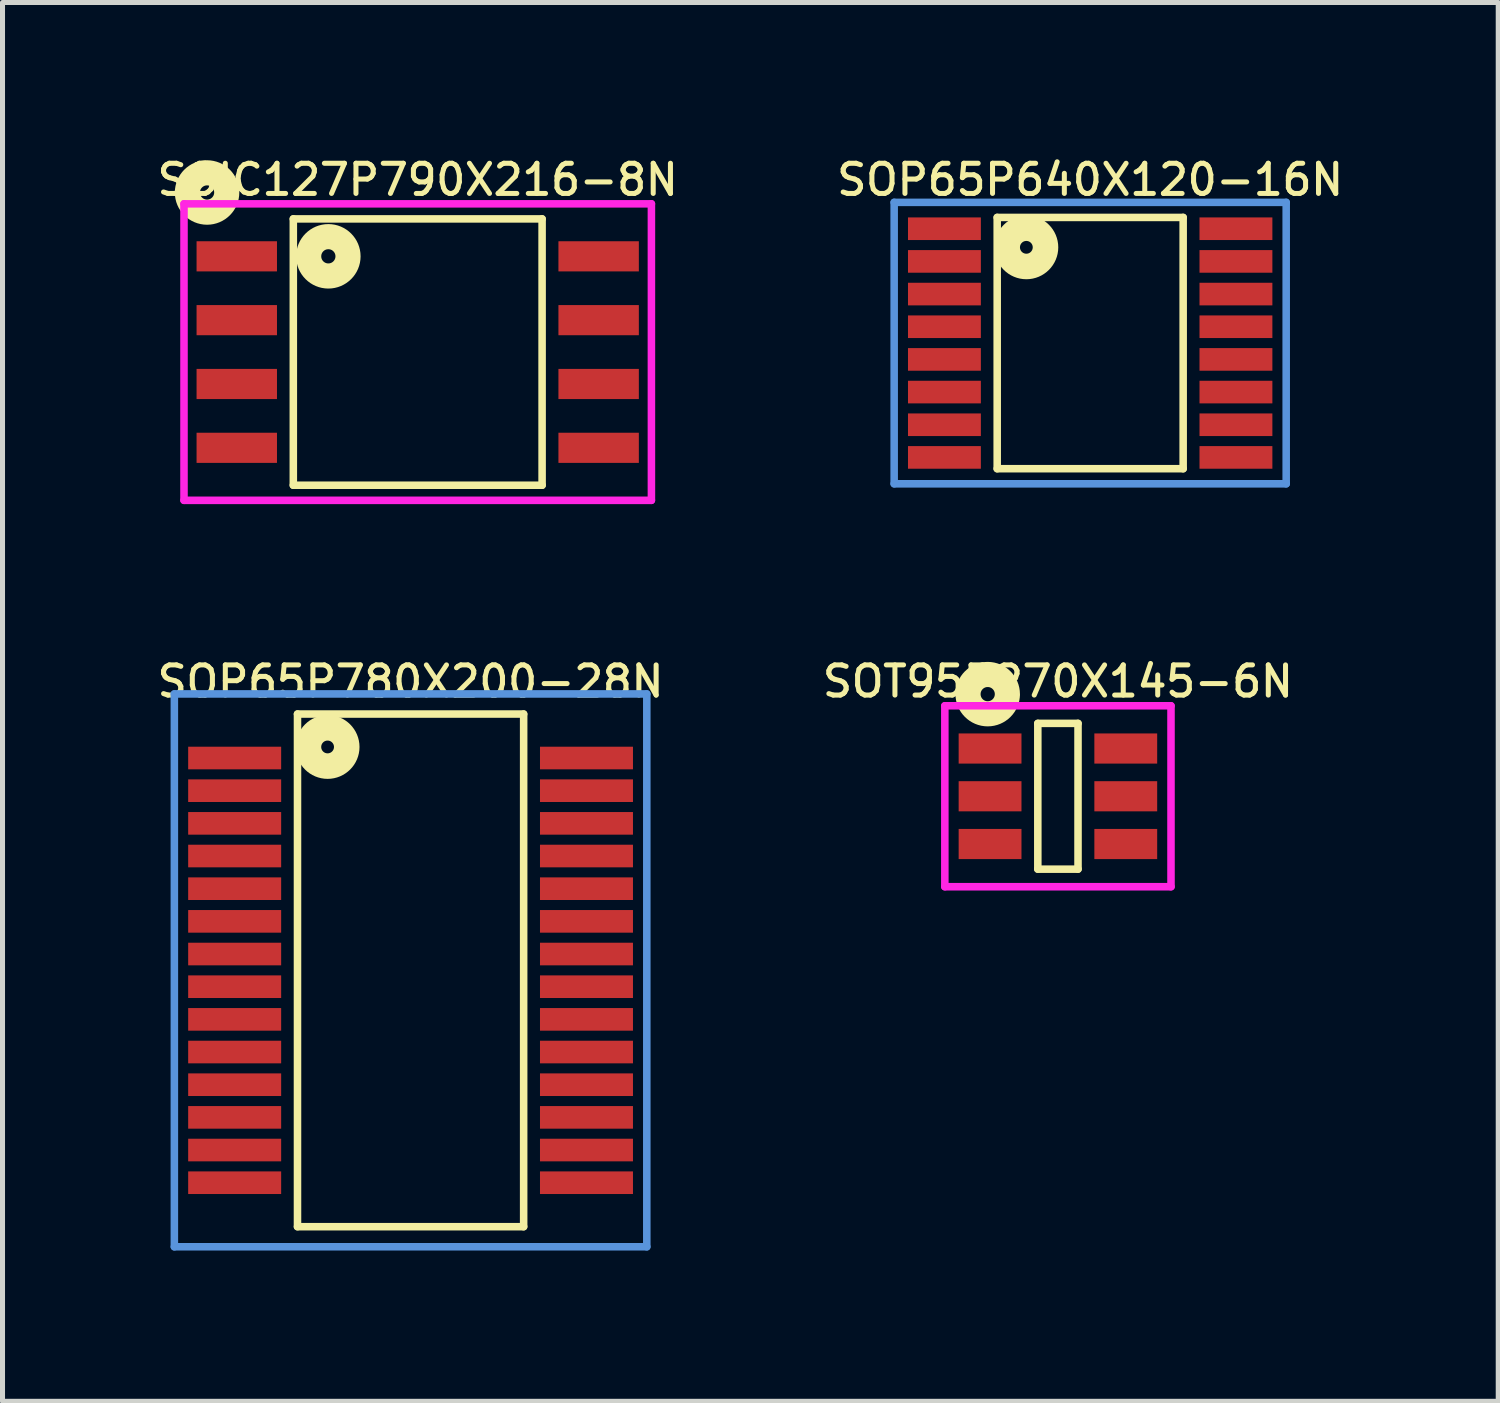
<source format=kicad_pcb>
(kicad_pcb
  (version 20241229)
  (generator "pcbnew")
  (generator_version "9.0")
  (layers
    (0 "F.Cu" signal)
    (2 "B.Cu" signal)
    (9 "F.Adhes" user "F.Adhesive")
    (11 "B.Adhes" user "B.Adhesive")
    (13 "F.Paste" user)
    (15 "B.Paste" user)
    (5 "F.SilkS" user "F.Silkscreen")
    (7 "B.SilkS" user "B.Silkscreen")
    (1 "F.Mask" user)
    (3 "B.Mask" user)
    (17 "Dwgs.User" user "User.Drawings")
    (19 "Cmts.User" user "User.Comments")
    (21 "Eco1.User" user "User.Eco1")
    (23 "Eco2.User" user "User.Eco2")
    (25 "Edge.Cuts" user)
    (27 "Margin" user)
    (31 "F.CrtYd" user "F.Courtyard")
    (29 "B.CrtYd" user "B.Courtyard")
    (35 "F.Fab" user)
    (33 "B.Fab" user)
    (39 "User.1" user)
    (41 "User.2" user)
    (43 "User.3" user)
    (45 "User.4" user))
  (footprint "SOP65P780X200-28N"
    (layer "F.Cu")
    (at 5.119 16.257)
    (property "Reference" "SOP65P780X200-28N" (at 0 -5.75 0) (layer "F.SilkS") (effects (font (size 0.6 0.6) (thickness 0.1))))
    (attr through_hole)
    (fp_line (start -2.25 -5.1) (end 2.25 -5.1) (stroke (width 0.15) (type solid)) (layer "F.SilkS"))
    (fp_line (start -2.25 5.1) (end -2.25 -5.1) (stroke (width 0.15) (type solid)) (layer "F.SilkS"))
    (fp_line (start 2.25 -5.1) (end 2.25 5.1) (stroke (width 0.15) (type solid)) (layer "F.SilkS"))
    (fp_line (start 2.25 5.1) (end -2.25 5.1) (stroke (width 0.15) (type solid)) (layer "F.SilkS"))
    (fp_circle (center -1.651 -4.445) (end -1.524 -4.445) (stroke (width 0.508) (type solid)) (fill no) (layer "F.SilkS"))
    (fp_line (start -4.7 -5.5) (end 4.7 -5.5) (stroke (width 0.15) (type solid)) (layer "Cmts.User"))
    (fp_line (start -4.7 5.5) (end -4.7 -5.5) (stroke (width 0.15) (type solid)) (layer "Cmts.User"))
    (fp_line (start 4.7 -5.5) (end 4.7 5.5) (stroke (width 0.15) (type solid)) (layer "Cmts.User"))
    (fp_line (start 4.7 5.5) (end -4.7 5.5) (stroke (width 0.15) (type solid)) (layer "Cmts.User"))
    (pad "1" smd rect (at -3.5 -4.225) (size 1.85 0.45) (layers "F.Cu" "F.Mask" "F.Paste"))
    (pad "2" smd rect (at -3.5 -3.575) (size 1.85 0.45) (layers "F.Cu" "F.Mask" "F.Paste"))
    (pad "3" smd rect (at -3.5 -2.925) (size 1.85 0.45) (layers "F.Cu" "F.Mask" "F.Paste"))
    (pad "4" smd rect (at -3.5 -2.275) (size 1.85 0.45) (layers "F.Cu" "F.Mask" "F.Paste"))
    (pad "5" smd rect (at -3.5 -1.625) (size 1.85 0.45) (layers "F.Cu" "F.Mask" "F.Paste"))
    (pad "6" smd rect (at -3.5 -0.975) (size 1.85 0.45) (layers "F.Cu" "F.Mask" "F.Paste"))
    (pad "7" smd rect (at -3.5 -0.325) (size 1.85 0.45) (layers "F.Cu" "F.Mask" "F.Paste"))
    (pad "8" smd rect (at -3.5 0.325) (size 1.85 0.45) (layers "F.Cu" "F.Mask" "F.Paste"))
    (pad "9" smd rect (at -3.5 0.975) (size 1.85 0.45) (layers "F.Cu" "F.Mask" "F.Paste"))
    (pad "10" smd rect (at -3.5 1.625) (size 1.85 0.45) (layers "F.Cu" "F.Mask" "F.Paste"))
    (pad "11" smd rect (at -3.5 2.275) (size 1.85 0.45) (layers "F.Cu" "F.Mask" "F.Paste"))
    (pad "12" smd rect (at -3.5 2.925) (size 1.85 0.45) (layers "F.Cu" "F.Mask" "F.Paste"))
    (pad "13" smd rect (at -3.5 3.575) (size 1.85 0.45) (layers "F.Cu" "F.Mask" "F.Paste"))
    (pad "14" smd rect (at -3.5 4.225) (size 1.85 0.45) (layers "F.Cu" "F.Mask" "F.Paste"))
    (pad "15" smd rect (at 3.5 4.225) (size 1.85 0.45) (layers "F.Cu" "F.Mask" "F.Paste"))
    (pad "16" smd rect (at 3.5 3.575) (size 1.85 0.45) (layers "F.Cu" "F.Mask" "F.Paste"))
    (pad "17" smd rect (at 3.5 2.925) (size 1.85 0.45) (layers "F.Cu" "F.Mask" "F.Paste"))
    (pad "18" smd rect (at 3.5 2.275) (size 1.85 0.45) (layers "F.Cu" "F.Mask" "F.Paste"))
    (pad "19" smd rect (at 3.5 1.625) (size 1.85 0.45) (layers "F.Cu" "F.Mask" "F.Paste"))
    (pad "20" smd rect (at 3.5 0.975) (size 1.85 0.45) (layers "F.Cu" "F.Mask" "F.Paste"))
    (pad "21" smd rect (at 3.5 0.325) (size 1.85 0.45) (layers "F.Cu" "F.Mask" "F.Paste"))
    (pad "22" smd rect (at 3.5 -0.325) (size 1.85 0.45) (layers "F.Cu" "F.Mask" "F.Paste"))
    (pad "23" smd rect (at 3.5 -0.975) (size 1.85 0.45) (layers "F.Cu" "F.Mask" "F.Paste"))
    (pad "24" smd rect (at 3.5 -1.625) (size 1.85 0.45) (layers "F.Cu" "F.Mask" "F.Paste"))
    (pad "25" smd rect (at 3.5 -2.275) (size 1.85 0.45) (layers "F.Cu" "F.Mask" "F.Paste"))
    (pad "26" smd rect (at 3.5 -2.925) (size 1.85 0.45) (layers "F.Cu" "F.Mask" "F.Paste"))
    (pad "27" smd rect (at 3.5 -3.575) (size 1.85 0.45) (layers "F.Cu" "F.Mask" "F.Paste"))
    (pad "28" smd rect (at 3.5 -4.225) (size 1.85 0.45) (layers "F.Cu" "F.Mask" "F.Paste")))
  (footprint "SOP65P640X120-16N"
    (layer "F.Cu")
    (at 18.641 3.776)
    (property "Reference" "SOP65P640X120-16N" (at 0 -3.25 0) (layer "F.SilkS") (effects (font (size 0.6 0.6) (thickness 0.1))))
    (attr through_hole)
    (fp_line (start -1.85 -2.5) (end 1.85 -2.5) (stroke (width 0.15) (type solid)) (layer "F.SilkS"))
    (fp_line (start -1.85 2.5) (end -1.85 -2.5) (stroke (width 0.15) (type solid)) (layer "F.SilkS"))
    (fp_line (start 1.85 -2.5) (end 1.85 2.5) (stroke (width 0.15) (type solid)) (layer "F.SilkS"))
    (fp_line (start 1.85 2.5) (end -1.85 2.5) (stroke (width 0.15) (type solid)) (layer "F.SilkS"))
    (fp_circle (center -1.27 -1.905) (end -1.143 -1.905) (stroke (width 0.508) (type solid)) (fill no) (layer "F.SilkS"))
    (fp_line (start -3.9 -2.8) (end 3.9 -2.8) (stroke (width 0.15) (type solid)) (layer "Cmts.User"))
    (fp_line (start -3.9 2.8) (end -3.9 -2.8) (stroke (width 0.15) (type solid)) (layer "Cmts.User"))
    (fp_line (start 3.9 -2.8) (end 3.9 2.8) (stroke (width 0.15) (type solid)) (layer "Cmts.User"))
    (fp_line (start 3.9 2.8) (end -3.9 2.8) (stroke (width 0.15) (type solid)) (layer "Cmts.User"))
    (pad "1" smd rect (at -2.9 -2.275) (size 1.45 0.45) (layers "F.Cu" "F.Mask" "F.Paste"))
    (pad "2" smd rect (at -2.9 -1.625) (size 1.45 0.45) (layers "F.Cu" "F.Mask" "F.Paste"))
    (pad "3" smd rect (at -2.9 -0.975) (size 1.45 0.45) (layers "F.Cu" "F.Mask" "F.Paste"))
    (pad "4" smd rect (at -2.9 -0.325) (size 1.45 0.45) (layers "F.Cu" "F.Mask" "F.Paste"))
    (pad "5" smd rect (at -2.9 0.325) (size 1.45 0.45) (layers "F.Cu" "F.Mask" "F.Paste"))
    (pad "6" smd rect (at -2.9 0.975) (size 1.45 0.45) (layers "F.Cu" "F.Mask" "F.Paste"))
    (pad "7" smd rect (at -2.9 1.625) (size 1.45 0.45) (layers "F.Cu" "F.Mask" "F.Paste"))
    (pad "8" smd rect (at -2.9 2.275) (size 1.45 0.45) (layers "F.Cu" "F.Mask" "F.Paste"))
    (pad "9" smd rect (at 2.9 2.275) (size 1.45 0.45) (layers "F.Cu" "F.Mask" "F.Paste"))
    (pad "10" smd rect (at 2.9 1.625) (size 1.45 0.45) (layers "F.Cu" "F.Mask" "F.Paste"))
    (pad "11" smd rect (at 2.9 0.975) (size 1.45 0.45) (layers "F.Cu" "F.Mask" "F.Paste"))
    (pad "12" smd rect (at 2.9 0.325) (size 1.45 0.45) (layers "F.Cu" "F.Mask" "F.Paste"))
    (pad "13" smd rect (at 2.9 -0.325) (size 1.45 0.45) (layers "F.Cu" "F.Mask" "F.Paste"))
    (pad "14" smd rect (at 2.9 -0.975) (size 1.45 0.45) (layers "F.Cu" "F.Mask" "F.Paste"))
    (pad "15" smd rect (at 2.9 -1.625) (size 1.45 0.45) (layers "F.Cu" "F.Mask" "F.Paste"))
    (pad "16" smd rect (at 2.9 -2.275) (size 1.45 0.45) (layers "F.Cu" "F.Mask" "F.Paste")))
  (footprint "SOIC127P790X216-8N"
    (layer "F.Cu")
    (at 5.261 3.955)
    (property "Reference" "SOIC127P790X216-8N" (at 0 -3.429 0) (layer "F.SilkS") (effects (font (size 0.6 0.6) (thickness 0.1))))
    (attr through_hole)
    (fp_line (start -2.475 -2.65) (end 2.475 -2.65) (stroke (width 0.15) (type solid)) (layer "F.SilkS"))
    (fp_line (start -2.475 2.65) (end -2.475 -2.65) (stroke (width 0.15) (type solid)) (layer "F.SilkS"))
    (fp_line (start 2.475 -2.65) (end 2.475 2.65) (stroke (width 0.15) (type solid)) (layer "F.SilkS"))
    (fp_line (start 2.475 2.65) (end -2.475 2.65) (stroke (width 0.15) (type solid)) (layer "F.SilkS"))
    (fp_circle (center -4.191 -3.175) (end -4.091 -3.075) (stroke (width 0.5) (type solid)) (fill no) (layer "F.SilkS"))
    (fp_circle (center -1.778 -1.905) (end -1.678 -1.805) (stroke (width 0.5) (type solid)) (fill no) (layer "F.SilkS"))
    (fp_line (start -4.65 -2.95) (end 4.65 -2.95) (stroke (width 0.15) (type solid)) (layer "F.CrtYd"))
    (fp_line (start -4.65 2.95) (end -4.65 -2.95) (stroke (width 0.15) (type solid)) (layer "F.CrtYd"))
    (fp_line (start 4.65 -2.95) (end 4.65 2.95) (stroke (width 0.15) (type solid)) (layer "F.CrtYd"))
    (fp_line (start 4.65 2.95) (end -4.65 2.95) (stroke (width 0.15) (type solid)) (layer "F.CrtYd"))
    (pad "1" smd rect (at -3.6 -1.905) (size 1.6 0.6) (layers "F.Cu" "F.Mask" "F.Paste"))
    (pad "2" smd rect (at -3.6 -0.635) (size 1.6 0.6) (layers "F.Cu" "F.Mask" "F.Paste"))
    (pad "3" smd rect (at -3.6 0.635) (size 1.6 0.6) (layers "F.Cu" "F.Mask" "F.Paste"))
    (pad "4" smd rect (at -3.6 1.905) (size 1.6 0.6) (layers "F.Cu" "F.Mask" "F.Paste"))
    (pad "5" smd rect (at 3.6 1.905) (size 1.6 0.6) (layers "F.Cu" "F.Mask" "F.Paste"))
    (pad "6" smd rect (at 3.6 0.635) (size 1.6 0.6) (layers "F.Cu" "F.Mask" "F.Paste"))
    (pad "7" smd rect (at 3.6 -0.635) (size 1.6 0.6) (layers "F.Cu" "F.Mask" "F.Paste"))
    (pad "8" smd rect (at 3.6 -1.905) (size 1.6 0.6) (layers "F.Cu" "F.Mask" "F.Paste")))
  (footprint "SOT95P270X145-6N"
    (layer "F.Cu")
    (at 17.999 12.793)
    (property "Reference" "SOT95P270X145-6N" (at 0 -2.286 0) (layer "F.SilkS") (effects (font (size 0.6 0.6) (thickness 0.1))))
    (attr through_hole)
    (fp_line (start -0.4 -1.45) (end -0.4 1.45) (stroke (width 0.15) (type solid)) (layer "F.SilkS"))
    (fp_line (start -0.4 1.45) (end 0.4 1.45) (stroke (width 0.15) (type solid)) (layer "F.SilkS"))
    (fp_line (start 0.4 -1.45) (end -0.4 -1.45) (stroke (width 0.15) (type solid)) (layer "F.SilkS"))
    (fp_line (start 0.4 1.45) (end 0.4 -1.45) (stroke (width 0.15) (type solid)) (layer "F.SilkS"))
    (fp_circle (center -1.397 -2.032) (end -1.297 -1.932) (stroke (width 0.5) (type solid)) (fill no) (layer "F.SilkS"))
    (fp_line (start -2.25 -1.8) (end 2.25 -1.8) (stroke (width 0.15) (type solid)) (layer "F.CrtYd"))
    (fp_line (start -2.25 1.8) (end -2.25 -1.8) (stroke (width 0.15) (type solid)) (layer "F.CrtYd"))
    (fp_line (start 2.25 -1.8) (end 2.25 1.8) (stroke (width 0.15) (type solid)) (layer "F.CrtYd"))
    (fp_line (start 2.25 1.8) (end -2.25 1.8) (stroke (width 0.15) (type solid)) (layer "F.CrtYd"))
    (pad "1" smd rect (at -1.35 -0.95) (size 1.25 0.6) (layers "F.Cu" "F.Mask" "F.Paste"))
    (pad "2" smd rect (at -1.35 0) (size 1.25 0.6) (layers "F.Cu" "F.Mask" "F.Paste"))
    (pad "3" smd rect (at -1.35 0.95) (size 1.25 0.6) (layers "F.Cu" "F.Mask" "F.Paste"))
    (pad "4" smd rect (at 1.35 0.95) (size 1.25 0.6) (layers "F.Cu" "F.Mask" "F.Paste"))
    (pad "5" smd rect (at 1.35 0) (size 1.25 0.6) (layers "F.Cu" "F.Mask" "F.Paste"))
    (pad "6" smd rect (at 1.35 -0.95) (size 1.25 0.6) (layers "F.Cu" "F.Mask" "F.Paste")))
  (gr_rect
    (start -3 -3)
    (end 26.76 24.832)
    (stroke (width 0.1) (type default))
    (fill no)
    (layer "Edge.Cuts")))
</source>
